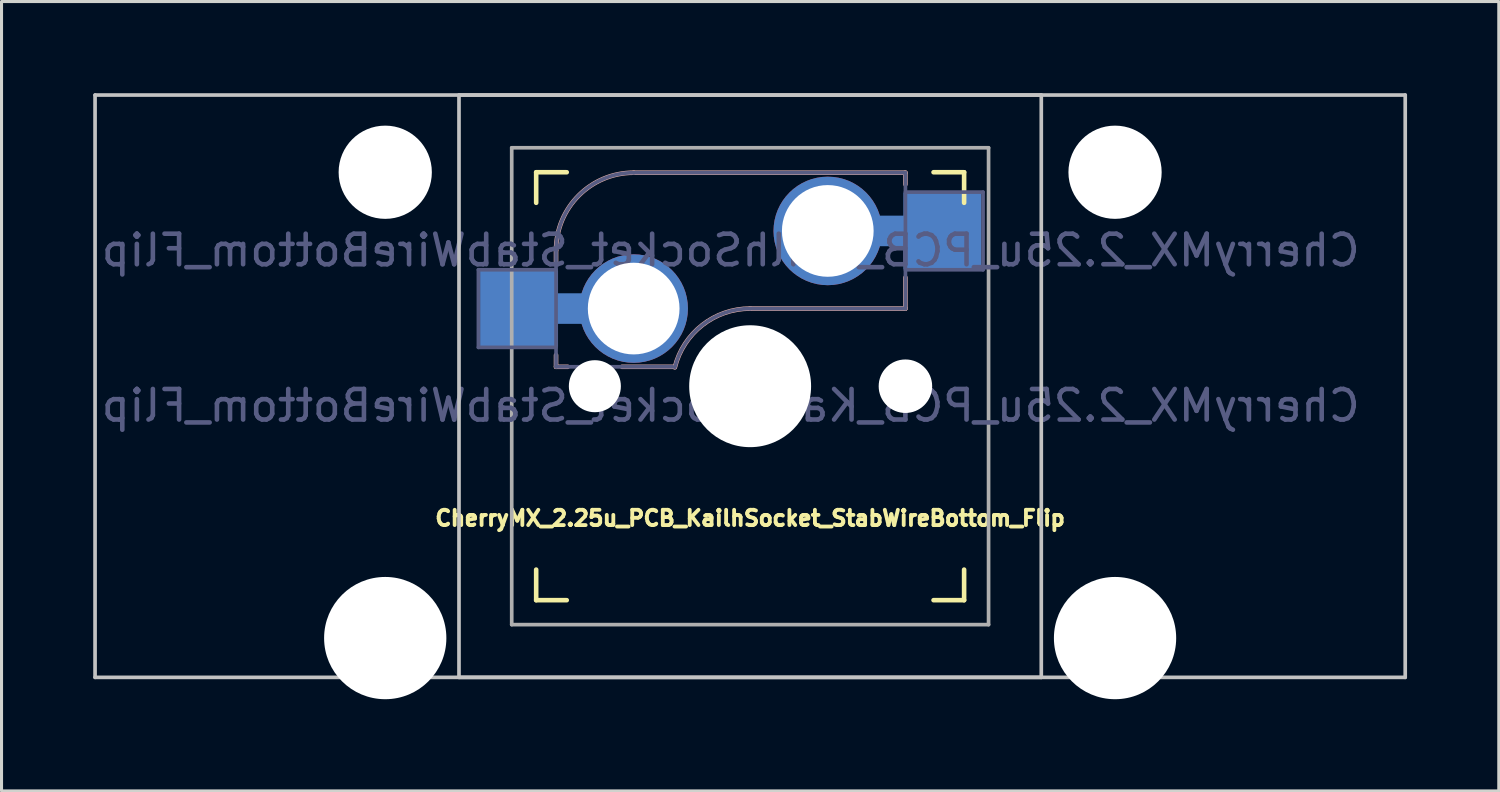
<source format=kicad_pcb>
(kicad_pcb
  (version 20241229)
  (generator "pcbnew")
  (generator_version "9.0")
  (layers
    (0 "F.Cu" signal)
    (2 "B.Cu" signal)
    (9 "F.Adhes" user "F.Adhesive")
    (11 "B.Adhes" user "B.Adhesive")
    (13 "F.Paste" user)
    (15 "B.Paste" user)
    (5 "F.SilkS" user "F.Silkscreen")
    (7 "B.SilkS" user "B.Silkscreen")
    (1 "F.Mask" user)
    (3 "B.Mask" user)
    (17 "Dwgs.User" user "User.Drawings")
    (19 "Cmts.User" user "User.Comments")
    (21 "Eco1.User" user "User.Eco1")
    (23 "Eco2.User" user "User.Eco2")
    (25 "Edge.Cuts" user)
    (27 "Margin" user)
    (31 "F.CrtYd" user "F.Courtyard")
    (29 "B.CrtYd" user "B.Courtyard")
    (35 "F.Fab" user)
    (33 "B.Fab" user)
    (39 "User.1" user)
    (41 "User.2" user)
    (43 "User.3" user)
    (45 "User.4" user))
  (footprint "CherryMX_2.25u_PCB_KailhSocket_StabWireBottom_Flip"
    (layer "F.Cu")
    (at 21.491 9.585)
    (property "Reference" "CherryMX_2.25u_PCB_KailhSocket_StabWireBottom_Flip" (at 0 4.318 0) (layer "F.SilkS") (effects (font (size 0.5 0.5) (thickness 0.125))))
    (property "Value" "CherryMX_2.25u_PCB_KailhSocket_StabWireBottom_Flip" (at 0 8.662 0) (layer "F.Fab") (hide yes) (effects (font (size 1 1) (thickness 0.15))))
    (attr through_hole)
    (fp_line (start -7 -6) (end -7 -7) (stroke (width 0.15) (type solid)) (layer "F.SilkS"))
    (fp_line (start -7 7) (end -7 6) (stroke (width 0.15) (type solid)) (layer "F.SilkS"))
    (fp_line (start -7 7) (end -6 7) (stroke (width 0.15) (type solid)) (layer "F.SilkS"))
    (fp_line (start -6 -7) (end -7 -7) (stroke (width 0.15) (type solid)) (layer "F.SilkS"))
    (fp_line (start 6 7) (end 7 7) (stroke (width 0.15) (type solid)) (layer "F.SilkS"))
    (fp_line (start 7 -7) (end 6 -7) (stroke (width 0.15) (type solid)) (layer "F.SilkS"))
    (fp_line (start 7 -7) (end 7 -6) (stroke (width 0.15) (type solid)) (layer "F.SilkS"))
    (fp_line (start 7 6) (end 7 7) (stroke (width 0.15) (type solid)) (layer "F.SilkS"))
    (fp_line (start -6.35 -4.445) (end -6.35 -4.064) (stroke (width 0.15) (type solid)) (layer "B.SilkS"))
    (fp_line (start -6.35 -1.016) (end -6.35 -0.635) (stroke (width 0.15) (type solid)) (layer "B.SilkS"))
    (fp_line (start -5.969 -0.635) (end -6.35 -0.635) (stroke (width 0.15) (type solid)) (layer "B.SilkS"))
    (fp_line (start -3.81 -6.985) (end 5.08 -6.985) (stroke (width 0.15) (type solid)) (layer "B.SilkS"))
    (fp_line (start -2.464 -0.635) (end -4.191 -0.635) (stroke (width 0.15) (type solid)) (layer "B.SilkS"))
    (fp_line (start 5.08 -6.985) (end 5.08 -6.604) (stroke (width 0.15) (type solid)) (layer "B.SilkS"))
    (fp_line (start 5.08 -3.556) (end 5.08 -2.54) (stroke (width 0.15) (type solid)) (layer "B.SilkS"))
    (fp_line (start 5.08 -2.54) (end 0 -2.54) (stroke (width 0.15) (type solid)) (layer "B.SilkS"))
    (fp_arc (start -6.35 -4.445) (mid -5.606051 -6.241051) (end -3.81 -6.985) (stroke (width 0.15) (type solid)) (layer "B.SilkS"))
    (fp_arc (start -2.464162 -0.61604) (mid -1.563147 -2.002042) (end 0 -2.54) (stroke (width 0.15) (type solid)) (layer "B.SilkS"))
    (fp_line (start -21.431 -9.525) (end 21.431 -9.525) (stroke (width 0.12) (type solid)) (layer "Dwgs.User"))
    (fp_line (start -21.431 9.525) (end -21.431 -9.525) (stroke (width 0.12) (type solid)) (layer "Dwgs.User"))
    (fp_line (start -9.525 -9.525) (end 9.525 -9.525) (stroke (width 0.12) (type solid)) (layer "Dwgs.User"))
    (fp_line (start -9.525 9.525) (end -9.525 -9.525) (stroke (width 0.12) (type solid)) (layer "Dwgs.User"))
    (fp_line (start 9.525 -9.525) (end 9.525 9.525) (stroke (width 0.12) (type solid)) (layer "Dwgs.User"))
    (fp_line (start 9.525 9.525) (end -9.525 9.525) (stroke (width 0.12) (type solid)) (layer "Dwgs.User"))
    (fp_line (start 21.431 -9.525) (end 21.431 9.525) (stroke (width 0.12) (type solid)) (layer "Dwgs.User"))
    (fp_line (start 21.431 9.525) (end -21.431 9.525) (stroke (width 0.12) (type solid)) (layer "Dwgs.User"))
    (fp_line (start -6.9 6.9) (end -6.9 -6.9) (stroke (width 0.15) (type solid)) (layer "Eco2.User"))
    (fp_line (start -6.9 6.9) (end 6.9 6.9) (stroke (width 0.15) (type solid)) (layer "Eco2.User"))
    (fp_line (start 6.9 -6.9) (end -6.9 -6.9) (stroke (width 0.15) (type solid)) (layer "Eco2.User"))
    (fp_line (start 6.9 -6.9) (end 6.9 6.9) (stroke (width 0.15) (type solid)) (layer "Eco2.User"))
    (fp_line (start -8.89 -3.81) (end -6.35 -3.81) (stroke (width 0.12) (type solid)) (layer "B.Fab"))
    (fp_line (start -8.89 -1.27) (end -8.89 -3.81) (stroke (width 0.12) (type solid)) (layer "B.Fab"))
    (fp_line (start -6.35 -1.27) (end -8.89 -1.27) (stroke (width 0.12) (type solid)) (layer "B.Fab"))
    (fp_line (start -6.35 -0.635) (end -6.35 -4.445) (stroke (width 0.12) (type solid)) (layer "B.Fab"))
    (fp_line (start -6.35 -0.635) (end -2.54 -0.635) (stroke (width 0.12) (type solid)) (layer "B.Fab"))
    (fp_line (start -3.81 -6.985) (end 5.08 -6.985) (stroke (width 0.12) (type solid)) (layer "B.Fab"))
    (fp_line (start 5.08 -6.985) (end 5.08 -2.54) (stroke (width 0.12) (type solid)) (layer "B.Fab"))
    (fp_line (start 5.08 -6.35) (end 7.62 -6.35) (stroke (width 0.12) (type solid)) (layer "B.Fab"))
    (fp_line (start 5.08 -2.54) (end 0 -2.54) (stroke (width 0.12) (type solid)) (layer "B.Fab"))
    (fp_line (start 7.62 -6.35) (end 7.62 -3.81) (stroke (width 0.12) (type solid)) (layer "B.Fab"))
    (fp_line (start 7.62 -3.81) (end 5.08 -3.81) (stroke (width 0.12) (type solid)) (layer "B.Fab"))
    (fp_arc (start -6.35 -4.445) (mid -5.606051 -6.241051) (end -3.81 -6.985) (stroke (width 0.12) (type solid)) (layer "B.Fab"))
    (fp_arc (start -2.464162 -0.61604) (mid -1.563147 -2.002042) (end 0 -2.54) (stroke (width 0.12) (type solid)) (layer "B.Fab"))
    (fp_line (start -7.8 -7.8) (end -7.8 7.8) (stroke (width 0.12) (type solid)) (layer "F.Fab"))
    (fp_line (start -7.8 -7.8) (end 7.8 -7.8) (stroke (width 0.12) (type solid)) (layer "F.Fab"))
    (fp_line (start -7.8 7.8) (end 7.8 7.8) (stroke (width 0.12) (type solid)) (layer "F.Fab"))
    (fp_line (start 7.8 -7.8) (end 7.8 7.8) (stroke (width 0.12) (type solid)) (layer "F.Fab"))
    (fp_text user "${VALUE}" (at -0.635 0.635 0) (layer "B.Fab") (effects (font (size 1 1) (thickness 0.15)) (justify mirror)))
    (fp_text user "${REFERENCE}" (at -0.635 -4.445 0) (layer "B.Fab") (effects (font (size 1 1) (thickness 0.15)) (justify mirror)))
    (pad "" np_thru_hole circle (at -11.938 -7) (size 3.05 3.05) (drill 3.05) (layers "*.Cu" "*.Mask"))
    (pad "" np_thru_hole circle (at -11.938 8.24) (size 4 4) (drill 4) (layers "*.Cu" "*.Mask"))
    (pad "" np_thru_hole circle (at -5.08 0) (size 1.702 1.702) (drill 1.702) (layers "*.Cu" "*.Mask"))
    (pad "" np_thru_hole circle (at 0 0) (size 3.988 3.988) (drill 3.988) (layers "*.Cu" "*.Mask"))
    (pad "" np_thru_hole circle (at 5.08 0) (size 1.702 1.702) (drill 1.702) (layers "*.Cu" "*.Mask"))
    (pad "" np_thru_hole circle (at 5.08 0) (size 1.75 1.75) (drill 1.75) (layers "*.Cu" "*.Mask"))
    (pad "" np_thru_hole circle (at 11.938 -7) (size 3.05 3.05) (drill 3.05) (layers "*.Cu" "*.Mask"))
    (pad "" np_thru_hole circle (at 11.938 8.24) (size 4 4) (drill 4) (layers "*.Cu" "*.Mask"))
    (pad "1" thru_hole circle (at 2.54 -5.08) (size 3.55 3.55) (drill 3) (layers "*.Cu"))
    (pad "1" connect rect (at 5.015 -5.08 270) (size 1 2.5) (layers "B.Cu"))
    (pad "1" smd rect (at 6.29 -5.08) (size 2.55 2.5) (layers "B.Cu" "B.Mask" "B.Paste"))
    (pad "2" smd rect (at -7.56 -2.54) (size 2.55 2.5) (layers "B.Cu" "B.Mask" "B.Paste"))
    (pad "2" connect rect (at -5.715 -2.54 90) (size 1 2.5) (layers "B.Cu"))
    (pad "2" thru_hole circle (at -3.81 -2.54) (size 3.55 3.55) (drill 3) (layers "*.Cu")))
  (gr_rect
    (start -3 -3)
    (end 45.983 22.825)
    (stroke (width 0.1) (type default))
    (fill no)
    (layer "Edge.Cuts")))
</source>
